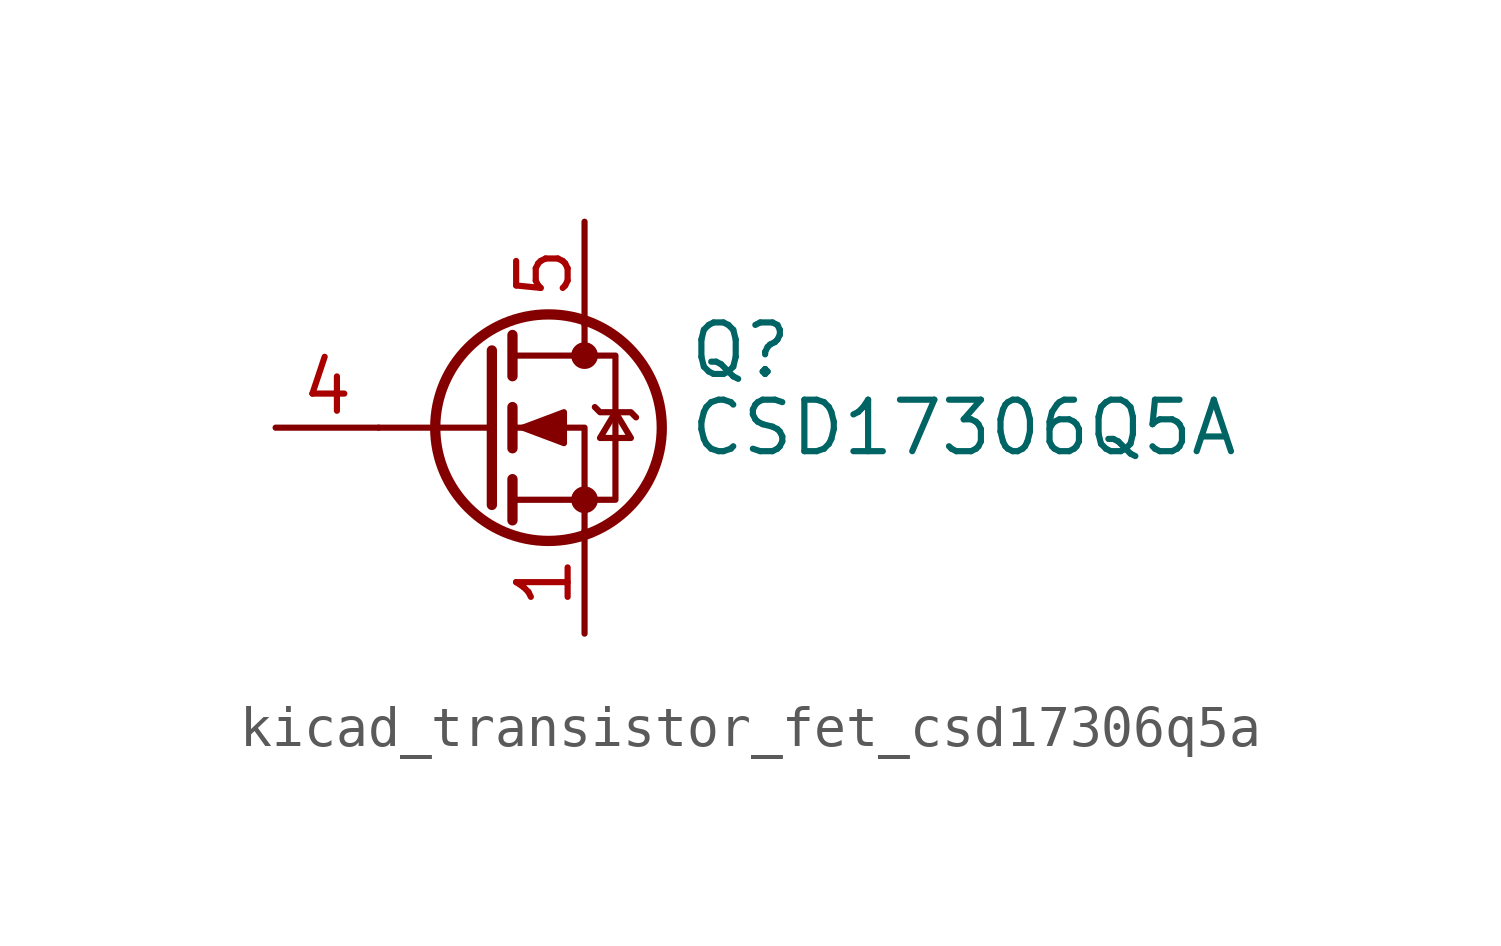
<source format=kicad_sym>
(kicad_symbol_lib
  (version 20220914)
  (generator kicad_symbol_editor)
  (symbol "kicad_transistor_fet_csd17306q5a"
    (pin_names hide)
    (property "Reference" "Q"
      (at 5.08 1.905 0)
      (effects (font (size 1.27 1.27)) (justify left)))
    (property "Value" "CSD17306Q5A"
      (at 5.08 0 0)
      (effects (font (size 1.27 1.27)) (justify left)))
    (symbol "kicad_transistor_fet_csd17306q5a_0_1"
      (polyline (pts (xy 0.254 0) (xy -2.54 0)) (stroke (width 0) (type default)) (fill (type none)))
      (polyline (pts (xy 0.254 1.905) (xy 0.254 -1.905)) (stroke (width 0.254) (type default)) (fill (type none)))
      (polyline (pts (xy 0.762 -1.27) (xy 0.762 -2.286)) (stroke (width 0.254) (type default)) (fill (type none)))
      (polyline (pts (xy 0.762 0.508) (xy 0.762 -0.508)) (stroke (width 0.254) (type default)) (fill (type none)))
      (polyline (pts (xy 0.762 2.286) (xy 0.762 1.27)) (stroke (width 0.254) (type default)) (fill (type none)))
      (polyline (pts (xy 2.54 2.54) (xy 2.54 1.778)) (stroke (width 0) (type default)) (fill (type none)))
      (polyline (pts (xy 2.54 -2.54) (xy 2.54 0) (xy 0.762 0)) (stroke (width 0) (type default)) (fill (type none)))
      (polyline (pts (xy 0.762 -1.778) (xy 3.302 -1.778) (xy 3.302 1.778) (xy 0.762 1.778)) (stroke (width 0) (type default)) (fill (type none)))
      (polyline (pts (xy 1.016 0) (xy 2.032 0.381) (xy 2.032 -0.381) (xy 1.016 0)) (stroke (width 0) (type default)) (fill (type outline)))
      (polyline (pts (xy 2.794 0.508) (xy 2.921 0.381) (xy 3.683 0.381) (xy 3.81 0.254)) (stroke (width 0) (type default)) (fill (type none)))
      (polyline (pts (xy 3.302 0.381) (xy 2.921 -0.254) (xy 3.683 -0.254) (xy 3.302 0.381)) (stroke (width 0) (type default)) (fill (type none)))
      (circle (center 1.651 0) (radius 2.794) (stroke (width 0.254) (type default)) (fill (type none)))
      (circle (center 2.54 -1.778) (radius 0.254) (stroke (width 0) (type default)) (fill (type outline)))
      (circle (center 2.54 1.778) (radius 0.254) (stroke (width 0) (type default)) (fill (type outline))))
    (symbol "kicad_transistor_fet_csd17306q5a_1_1"
      (pin passive line (at 2.54 -5.08 90) (length 2.54) (name "S" (effects (font (size 1.27 1.27)))) (number "1" (effects (font (size 1.27 1.27)))))
      (pin passive line (at 2.54 -5.08 90) (length 2.54) hide (name "S" (effects (font (size 1.27 1.27)))) (number "2" (effects (font (size 1.27 1.27)))))
      (pin passive line (at 2.54 -5.08 90) (length 2.54) hide (name "S" (effects (font (size 1.27 1.27)))) (number "3" (effects (font (size 1.27 1.27)))))
      (pin passive line (at -5.08 0 0) (length 2.54) (name "G" (effects (font (size 1.27 1.27)))) (number "4" (effects (font (size 1.27 1.27)))))
      (pin passive line (at 2.54 5.08 270) (length 2.54) (name "D" (effects (font (size 1.27 1.27)))) (number "5" (effects (font (size 1.27 1.27))))))))
</source>
